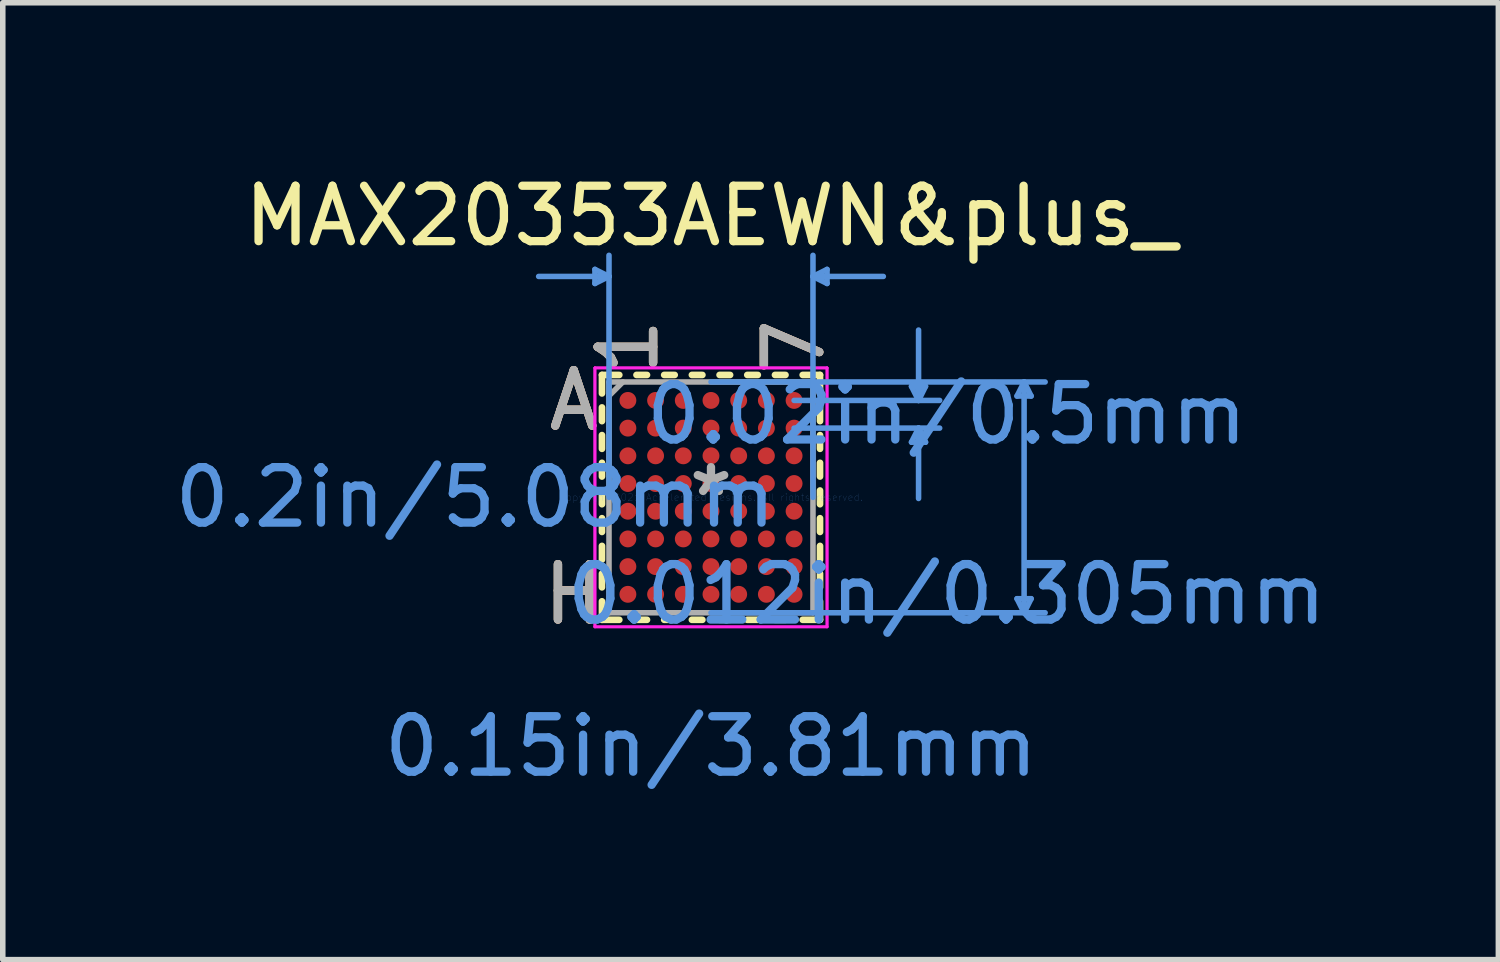
<source format=kicad_pcb>
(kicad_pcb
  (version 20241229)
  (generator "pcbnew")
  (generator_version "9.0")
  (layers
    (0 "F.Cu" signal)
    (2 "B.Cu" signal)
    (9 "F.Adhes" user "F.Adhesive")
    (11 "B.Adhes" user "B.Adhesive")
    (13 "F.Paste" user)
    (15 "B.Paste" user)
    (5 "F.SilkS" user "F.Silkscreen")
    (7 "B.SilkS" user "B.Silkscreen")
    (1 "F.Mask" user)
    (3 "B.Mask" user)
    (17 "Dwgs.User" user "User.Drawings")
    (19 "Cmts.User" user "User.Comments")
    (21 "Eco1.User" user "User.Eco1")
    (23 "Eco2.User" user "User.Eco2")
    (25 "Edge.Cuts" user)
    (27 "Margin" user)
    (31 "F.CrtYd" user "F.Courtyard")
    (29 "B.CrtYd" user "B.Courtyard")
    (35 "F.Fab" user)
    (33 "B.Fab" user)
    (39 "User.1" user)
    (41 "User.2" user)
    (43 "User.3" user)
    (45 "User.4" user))
  (footprint "MAX20353AEWN&plus_"
    (layer "F.Cu")
    (at 9.784 5.928)
    (property "Reference" "MAX20353AEWN&plus_" (at 0 -5.08 0) (layer "F.SilkS") (effects (font (size 1 1) (thickness 0.15))))
    (attr through_hole)
    (fp_line (start -1.968 -2.21) (end -1.968 -1.876) (stroke (width 0.12) (type solid)) (layer "F.SilkS"))
    (fp_line (start -1.968 -1.624) (end -1.968 -1.376) (stroke (width 0.12) (type solid)) (layer "F.SilkS"))
    (fp_line (start -1.968 -1.124) (end -1.968 -0.876) (stroke (width 0.12) (type solid)) (layer "F.SilkS"))
    (fp_line (start -1.968 -0.624) (end -1.968 -0.376) (stroke (width 0.12) (type solid)) (layer "F.SilkS"))
    (fp_line (start -1.968 -0.124) (end -1.968 0.124) (stroke (width 0.12) (type solid)) (layer "F.SilkS"))
    (fp_line (start -1.968 0.376) (end -1.968 0.624) (stroke (width 0.12) (type solid)) (layer "F.SilkS"))
    (fp_line (start -1.968 0.876) (end -1.968 1.124) (stroke (width 0.12) (type solid)) (layer "F.SilkS"))
    (fp_line (start -1.968 1.376) (end -1.968 1.624) (stroke (width 0.12) (type solid)) (layer "F.SilkS"))
    (fp_line (start -1.968 1.876) (end -1.968 2.21) (stroke (width 0.12) (type solid)) (layer "F.SilkS"))
    (fp_line (start -1.968 2.21) (end -1.655 2.21) (stroke (width 0.12) (type solid)) (layer "F.SilkS"))
    (fp_line (start -1.655 -2.21) (end -1.968 -2.21) (stroke (width 0.12) (type solid)) (layer "F.SilkS"))
    (fp_line (start -1.345 2.21) (end -1.155 2.21) (stroke (width 0.12) (type solid)) (layer "F.SilkS"))
    (fp_line (start -1.155 -2.21) (end -1.345 -2.21) (stroke (width 0.12) (type solid)) (layer "F.SilkS"))
    (fp_line (start -0.845 2.21) (end -0.655 2.21) (stroke (width 0.12) (type solid)) (layer "F.SilkS"))
    (fp_line (start -0.655 -2.21) (end -0.845 -2.21) (stroke (width 0.12) (type solid)) (layer "F.SilkS"))
    (fp_line (start -0.345 2.21) (end -0.155 2.21) (stroke (width 0.12) (type solid)) (layer "F.SilkS"))
    (fp_line (start -0.155 -2.21) (end -0.345 -2.21) (stroke (width 0.12) (type solid)) (layer "F.SilkS"))
    (fp_line (start 0.155 2.21) (end 0.345 2.21) (stroke (width 0.12) (type solid)) (layer "F.SilkS"))
    (fp_line (start 0.345 -2.21) (end 0.155 -2.21) (stroke (width 0.12) (type solid)) (layer "F.SilkS"))
    (fp_line (start 0.655 2.21) (end 0.845 2.21) (stroke (width 0.12) (type solid)) (layer "F.SilkS"))
    (fp_line (start 0.845 -2.21) (end 0.655 -2.21) (stroke (width 0.12) (type solid)) (layer "F.SilkS"))
    (fp_line (start 1.155 2.21) (end 1.345 2.21) (stroke (width 0.12) (type solid)) (layer "F.SilkS"))
    (fp_line (start 1.345 -2.21) (end 1.155 -2.21) (stroke (width 0.12) (type solid)) (layer "F.SilkS"))
    (fp_line (start 1.655 2.21) (end 1.968 2.21) (stroke (width 0.12) (type solid)) (layer "F.SilkS"))
    (fp_line (start 1.968 -2.21) (end 1.655 -2.21) (stroke (width 0.12) (type solid)) (layer "F.SilkS"))
    (fp_line (start 1.968 -1.876) (end 1.968 -2.21) (stroke (width 0.12) (type solid)) (layer "F.SilkS"))
    (fp_line (start 1.968 -1.376) (end 1.968 -1.624) (stroke (width 0.12) (type solid)) (layer "F.SilkS"))
    (fp_line (start 1.968 -0.876) (end 1.968 -1.124) (stroke (width 0.12) (type solid)) (layer "F.SilkS"))
    (fp_line (start 1.968 -0.376) (end 1.968 -0.624) (stroke (width 0.12) (type solid)) (layer "F.SilkS"))
    (fp_line (start 1.968 0.124) (end 1.968 -0.124) (stroke (width 0.12) (type solid)) (layer "F.SilkS"))
    (fp_line (start 1.968 0.624) (end 1.968 0.376) (stroke (width 0.12) (type solid)) (layer "F.SilkS"))
    (fp_line (start 1.968 1.124) (end 1.968 0.876) (stroke (width 0.12) (type solid)) (layer "F.SilkS"))
    (fp_line (start 1.968 1.624) (end 1.968 1.376) (stroke (width 0.12) (type solid)) (layer "F.SilkS"))
    (fp_line (start 1.968 2.21) (end 1.968 1.876) (stroke (width 0.12) (type solid)) (layer "F.SilkS"))
    (fp_line (start -2.095 -4.115) (end -2.095 -3.861) (stroke (width 0.1) (type solid)) (layer "Cmts.User"))
    (fp_line (start -1.841 -3.988) (end -3.111 -3.988) (stroke (width 0.1) (type solid)) (layer "Cmts.User"))
    (fp_line (start -1.841 -3.988) (end -2.095 -4.115) (stroke (width 0.1) (type solid)) (layer "Cmts.User"))
    (fp_line (start -1.841 -3.988) (end -2.095 -3.861) (stroke (width 0.1) (type solid)) (layer "Cmts.User"))
    (fp_line (start -1.841 0) (end -1.841 -4.369) (stroke (width 0.1) (type solid)) (layer "Cmts.User"))
    (fp_line (start 0 -2.083) (end 6.032 -2.083) (stroke (width 0.1) (type solid)) (layer "Cmts.User"))
    (fp_line (start 0 2.083) (end 6.032 2.083) (stroke (width 0.1) (type solid)) (layer "Cmts.User"))
    (fp_line (start 1.5 -1.75) (end 4.128 -1.75) (stroke (width 0.1) (type solid)) (layer "Cmts.User"))
    (fp_line (start 1.5 -1.25) (end 4.128 -1.25) (stroke (width 0.1) (type solid)) (layer "Cmts.User"))
    (fp_line (start 1.841 -3.988) (end 2.095 -4.115) (stroke (width 0.1) (type solid)) (layer "Cmts.User"))
    (fp_line (start 1.841 -3.988) (end 2.095 -3.861) (stroke (width 0.1) (type solid)) (layer "Cmts.User"))
    (fp_line (start 1.841 -3.988) (end 3.111 -3.988) (stroke (width 0.1) (type solid)) (layer "Cmts.User"))
    (fp_line (start 1.841 0) (end 1.841 -4.369) (stroke (width 0.1) (type solid)) (layer "Cmts.User"))
    (fp_line (start 2.095 -4.115) (end 2.095 -3.861) (stroke (width 0.1) (type solid)) (layer "Cmts.User"))
    (fp_line (start 3.619 -2.004) (end 3.873 -2.004) (stroke (width 0.1) (type solid)) (layer "Cmts.User"))
    (fp_line (start 3.619 -0.996) (end 3.873 -0.996) (stroke (width 0.1) (type solid)) (layer "Cmts.User"))
    (fp_line (start 3.747 -1.75) (end 3.619 -2.004) (stroke (width 0.1) (type solid)) (layer "Cmts.User"))
    (fp_line (start 3.747 -1.75) (end 3.747 -3.02) (stroke (width 0.1) (type solid)) (layer "Cmts.User"))
    (fp_line (start 3.747 -1.75) (end 3.873 -2.004) (stroke (width 0.1) (type solid)) (layer "Cmts.User"))
    (fp_line (start 3.747 -1.25) (end 3.619 -0.996) (stroke (width 0.1) (type solid)) (layer "Cmts.User"))
    (fp_line (start 3.747 -1.25) (end 3.747 0.02) (stroke (width 0.1) (type solid)) (layer "Cmts.User"))
    (fp_line (start 3.747 -1.25) (end 3.873 -0.996) (stroke (width 0.1) (type solid)) (layer "Cmts.User"))
    (fp_line (start 5.524 -1.829) (end 5.779 -1.829) (stroke (width 0.1) (type solid)) (layer "Cmts.User"))
    (fp_line (start 5.524 1.829) (end 5.779 1.829) (stroke (width 0.1) (type solid)) (layer "Cmts.User"))
    (fp_line (start 5.652 -2.083) (end 5.524 -1.829) (stroke (width 0.1) (type solid)) (layer "Cmts.User"))
    (fp_line (start 5.652 -2.083) (end 5.652 2.083) (stroke (width 0.1) (type solid)) (layer "Cmts.User"))
    (fp_line (start 5.652 -2.083) (end 5.779 -1.829) (stroke (width 0.1) (type solid)) (layer "Cmts.User"))
    (fp_line (start 5.652 2.083) (end 5.524 1.829) (stroke (width 0.1) (type solid)) (layer "Cmts.User"))
    (fp_line (start 5.652 2.083) (end 5.779 1.829) (stroke (width 0.1) (type solid)) (layer "Cmts.User"))
    (fp_line (start -2.095 -2.337) (end 2.095 -2.337) (stroke (width 0.05) (type solid)) (layer "F.CrtYd"))
    (fp_line (start -2.095 -2.337) (end 2.095 -2.337) (stroke (width 0.05) (type solid)) (layer "F.CrtYd"))
    (fp_line (start -2.095 2.337) (end -2.095 -2.337) (stroke (width 0.05) (type solid)) (layer "F.CrtYd"))
    (fp_line (start -2.095 2.337) (end -2.095 -2.337) (stroke (width 0.05) (type solid)) (layer "F.CrtYd"))
    (fp_line (start 2.095 -2.337) (end 2.095 2.337) (stroke (width 0.05) (type solid)) (layer "F.CrtYd"))
    (fp_line (start 2.095 -2.337) (end 2.095 2.337) (stroke (width 0.05) (type solid)) (layer "F.CrtYd"))
    (fp_line (start 2.095 2.337) (end -2.095 2.337) (stroke (width 0.05) (type solid)) (layer "F.CrtYd"))
    (fp_line (start 2.095 2.337) (end -2.095 2.337) (stroke (width 0.05) (type solid)) (layer "F.CrtYd"))
    (fp_line (start -1.841 -2.083) (end -1.841 2.083) (stroke (width 0.1) (type solid)) (layer "F.Fab"))
    (fp_line (start -1.841 2.083) (end 1.841 2.083) (stroke (width 0.1) (type solid)) (layer "F.Fab"))
    (fp_line (start -1.591 -2.083) (end -1.841 -1.833) (stroke (width 0.1) (type solid)) (layer "F.Fab"))
    (fp_line (start 1.841 -2.083) (end -1.841 -2.083) (stroke (width 0.1) (type solid)) (layer "F.Fab"))
    (fp_line (start 1.841 2.083) (end 1.841 -2.083) (stroke (width 0.1) (type solid)) (layer "F.Fab"))
    (fp_text user "H" (at -2.477 1.75 0) (layer "F.SilkS") (effects (font (size 1 1) (thickness 0.15))))
    (fp_text user "1" (at -1.5 -2.718 90) (layer "F.SilkS") (effects (font (size 1 1) (thickness 0.15))))
    (fp_text user "A" (at -2.477 -1.75 0) (layer "F.SilkS") (effects (font (size 1 1) (thickness 0.15))))
    (fp_text user "7" (at 1.5 -2.718 90) (layer "F.SilkS") (effects (font (size 1 1) (thickness 0.15))))
    (fp_text user "H" (at -2.477 1.75 0) (layer "B.SilkS") (effects (font (size 1 1) (thickness 0.15))))
    (fp_text user "A" (at -2.477 -1.75 0) (layer "B.SilkS") (effects (font (size 1 1) (thickness 0.15))))
    (fp_text user "1" (at -1.5 -2.718 90) (layer "B.SilkS") (effects (font (size 1 1) (thickness 0.15))))
    (fp_text user "7" (at 1.5 -2.718 90) (layer "B.SilkS") (effects (font (size 1 1) (thickness 0.15))))
    (fp_text user "0.02in/0.5mm" (at 4.255 -1.5 0) (layer "Cmts.User") (effects (font (size 1 1) (thickness 0.15))))
    (fp_text user "Copyright 2021 Accelerated Designs. All rights reserved." (at 0 0 0) (layer "Cmts.User") (effects (font (size 0.127 0.127) (thickness 0.002))))
    (fp_text user "0.012in/0.305mm" (at 4.255 1.75 0) (layer "Cmts.User") (effects (font (size 1 1) (thickness 0.15))))
    (fp_text user "0.15in/3.81mm" (at 0 4.496 0) (layer "Cmts.User") (effects (font (size 1 1) (thickness 0.15))))
    (fp_text user "0.2in/5.08mm" (at -4.255 0 0) (layer "Cmts.User") (effects (font (size 1 1) (thickness 0.15))))
    (fp_text user "1" (at -1.5 -2.718 90) (layer "F.Fab") (effects (font (size 1 1) (thickness 0.15))))
    (fp_text user "*" (at 0 0 0) (layer "F.Fab") (effects (font (size 1 1) (thickness 0.15))))
    (fp_text user "7" (at 1.5 -2.718 90) (layer "F.Fab") (effects (font (size 1 1) (thickness 0.15))))
    (fp_text user "H" (at -2.477 1.75 0) (layer "F.Fab") (effects (font (size 1 1) (thickness 0.15))))
    (fp_text user "A" (at -2.477 -1.75 0) (layer "F.Fab") (effects (font (size 1 1) (thickness 0.15))))
    (pad "A1" smd circle (at -1.5 -1.75) (size 0.305 0.305) (layers "F.Cu" "F.Mask" "F.Paste"))
    (pad "A2" smd circle (at -1 -1.75) (size 0.305 0.305) (layers "F.Cu" "F.Mask" "F.Paste"))
    (pad "A3" smd circle (at -0.5 -1.75) (size 0.305 0.305) (layers "F.Cu" "F.Mask" "F.Paste"))
    (pad "A4" smd circle (at 0 -1.75) (size 0.305 0.305) (layers "F.Cu" "F.Mask" "F.Paste"))
    (pad "A5" smd circle (at 0.5 -1.75) (size 0.305 0.305) (layers "F.Cu" "F.Mask" "F.Paste"))
    (pad "A6" smd circle (at 1 -1.75) (size 0.305 0.305) (layers "F.Cu" "F.Mask" "F.Paste"))
    (pad "A7" smd circle (at 1.5 -1.75) (size 0.305 0.305) (layers "F.Cu" "F.Mask" "F.Paste"))
    (pad "B1" smd circle (at -1.5 -1.25) (size 0.305 0.305) (layers "F.Cu" "F.Mask" "F.Paste"))
    (pad "B2" smd circle (at -1 -1.25) (size 0.305 0.305) (layers "F.Cu" "F.Mask" "F.Paste"))
    (pad "B3" smd circle (at -0.5 -1.25) (size 0.305 0.305) (layers "F.Cu" "F.Mask" "F.Paste"))
    (pad "B4" smd circle (at 0 -1.25) (size 0.305 0.305) (layers "F.Cu" "F.Mask" "F.Paste"))
    (pad "B5" smd circle (at 0.5 -1.25) (size 0.305 0.305) (layers "F.Cu" "F.Mask" "F.Paste"))
    (pad "B6" smd circle (at 1 -1.25) (size 0.305 0.305) (layers "F.Cu" "F.Mask" "F.Paste"))
    (pad "B7" smd circle (at 1.5 -1.25) (size 0.305 0.305) (layers "F.Cu" "F.Mask" "F.Paste"))
    (pad "C1" smd circle (at -1.5 -0.75) (size 0.305 0.305) (layers "F.Cu" "F.Mask" "F.Paste"))
    (pad "C2" smd circle (at -1 -0.75) (size 0.305 0.305) (layers "F.Cu" "F.Mask" "F.Paste"))
    (pad "C3" smd circle (at -0.5 -0.75) (size 0.305 0.305) (layers "F.Cu" "F.Mask" "F.Paste"))
    (pad "C4" smd circle (at 0 -0.75) (size 0.305 0.305) (layers "F.Cu" "F.Mask" "F.Paste"))
    (pad "C5" smd circle (at 0.5 -0.75) (size 0.305 0.305) (layers "F.Cu" "F.Mask" "F.Paste"))
    (pad "C6" smd circle (at 1 -0.75) (size 0.305 0.305) (layers "F.Cu" "F.Mask" "F.Paste"))
    (pad "C7" smd circle (at 1.5 -0.75) (size 0.305 0.305) (layers "F.Cu" "F.Mask" "F.Paste"))
    (pad "D1" smd circle (at -1.5 -0.25) (size 0.305 0.305) (layers "F.Cu" "F.Mask" "F.Paste"))
    (pad "D2" smd circle (at -1 -0.25) (size 0.305 0.305) (layers "F.Cu" "F.Mask" "F.Paste"))
    (pad "D3" smd circle (at -0.5 -0.25) (size 0.305 0.305) (layers "F.Cu" "F.Mask" "F.Paste"))
    (pad "D4" smd circle (at 0 -0.25) (size 0.305 0.305) (layers "F.Cu" "F.Mask" "F.Paste"))
    (pad "D5" smd circle (at 0.5 -0.25) (size 0.305 0.305) (layers "F.Cu" "F.Mask" "F.Paste"))
    (pad "D6" smd circle (at 1 -0.25) (size 0.305 0.305) (layers "F.Cu" "F.Mask" "F.Paste"))
    (pad "D7" smd circle (at 1.5 -0.25) (size 0.305 0.305) (layers "F.Cu" "F.Mask" "F.Paste"))
    (pad "E1" smd circle (at -1.5 0.25) (size 0.305 0.305) (layers "F.Cu" "F.Mask" "F.Paste"))
    (pad "E2" smd circle (at -1 0.25) (size 0.305 0.305) (layers "F.Cu" "F.Mask" "F.Paste"))
    (pad "E3" smd circle (at -0.5 0.25) (size 0.305 0.305) (layers "F.Cu" "F.Mask" "F.Paste"))
    (pad "E4" smd circle (at 0 0.25) (size 0.305 0.305) (layers "F.Cu" "F.Mask" "F.Paste"))
    (pad "E5" smd circle (at 0.5 0.25) (size 0.305 0.305) (layers "F.Cu" "F.Mask" "F.Paste"))
    (pad "E6" smd circle (at 1 0.25) (size 0.305 0.305) (layers "F.Cu" "F.Mask" "F.Paste"))
    (pad "E7" smd circle (at 1.5 0.25) (size 0.305 0.305) (layers "F.Cu" "F.Mask" "F.Paste"))
    (pad "F1" smd circle (at -1.5 0.75) (size 0.305 0.305) (layers "F.Cu" "F.Mask" "F.Paste"))
    (pad "F2" smd circle (at -1 0.75) (size 0.305 0.305) (layers "F.Cu" "F.Mask" "F.Paste"))
    (pad "F3" smd circle (at -0.5 0.75) (size 0.305 0.305) (layers "F.Cu" "F.Mask" "F.Paste"))
    (pad "F4" smd circle (at 0 0.75) (size 0.305 0.305) (layers "F.Cu" "F.Mask" "F.Paste"))
    (pad "F5" smd circle (at 0.5 0.75) (size 0.305 0.305) (layers "F.Cu" "F.Mask" "F.Paste"))
    (pad "F6" smd circle (at 1 0.75) (size 0.305 0.305) (layers "F.Cu" "F.Mask" "F.Paste"))
    (pad "F7" smd circle (at 1.5 0.75) (size 0.305 0.305) (layers "F.Cu" "F.Mask" "F.Paste"))
    (pad "G1" smd circle (at -1.5 1.25) (size 0.305 0.305) (layers "F.Cu" "F.Mask" "F.Paste"))
    (pad "G2" smd circle (at -1 1.25) (size 0.305 0.305) (layers "F.Cu" "F.Mask" "F.Paste"))
    (pad "G3" smd circle (at -0.5 1.25) (size 0.305 0.305) (layers "F.Cu" "F.Mask" "F.Paste"))
    (pad "G4" smd circle (at 0 1.25) (size 0.305 0.305) (layers "F.Cu" "F.Mask" "F.Paste"))
    (pad "G5" smd circle (at 0.5 1.25) (size 0.305 0.305) (layers "F.Cu" "F.Mask" "F.Paste"))
    (pad "G6" smd circle (at 1 1.25) (size 0.305 0.305) (layers "F.Cu" "F.Mask" "F.Paste"))
    (pad "G7" smd circle (at 1.5 1.25) (size 0.305 0.305) (layers "F.Cu" "F.Mask" "F.Paste"))
    (pad "H1" smd circle (at -1.5 1.75) (size 0.305 0.305) (layers "F.Cu" "F.Mask" "F.Paste"))
    (pad "H2" smd circle (at -1 1.75) (size 0.305 0.305) (layers "F.Cu" "F.Mask" "F.Paste"))
    (pad "H3" smd circle (at -0.5 1.75) (size 0.305 0.305) (layers "F.Cu" "F.Mask" "F.Paste"))
    (pad "H4" smd circle (at 0 1.75) (size 0.305 0.305) (layers "F.Cu" "F.Mask" "F.Paste"))
    (pad "H5" smd circle (at 0.5 1.75) (size 0.305 0.305) (layers "F.Cu" "F.Mask" "F.Paste"))
    (pad "H6" smd circle (at 1 1.75) (size 0.305 0.305) (layers "F.Cu" "F.Mask" "F.Paste"))
    (pad "H7" smd circle (at 1.5 1.75) (size 0.305 0.305) (layers "F.Cu" "F.Mask" "F.Paste")))
  (gr_rect
    (start -3 -3)
    (end 23.997 14.272)
    (stroke (width 0.1) (type default))
    (fill no)
    (layer "Edge.Cuts")))
</source>
